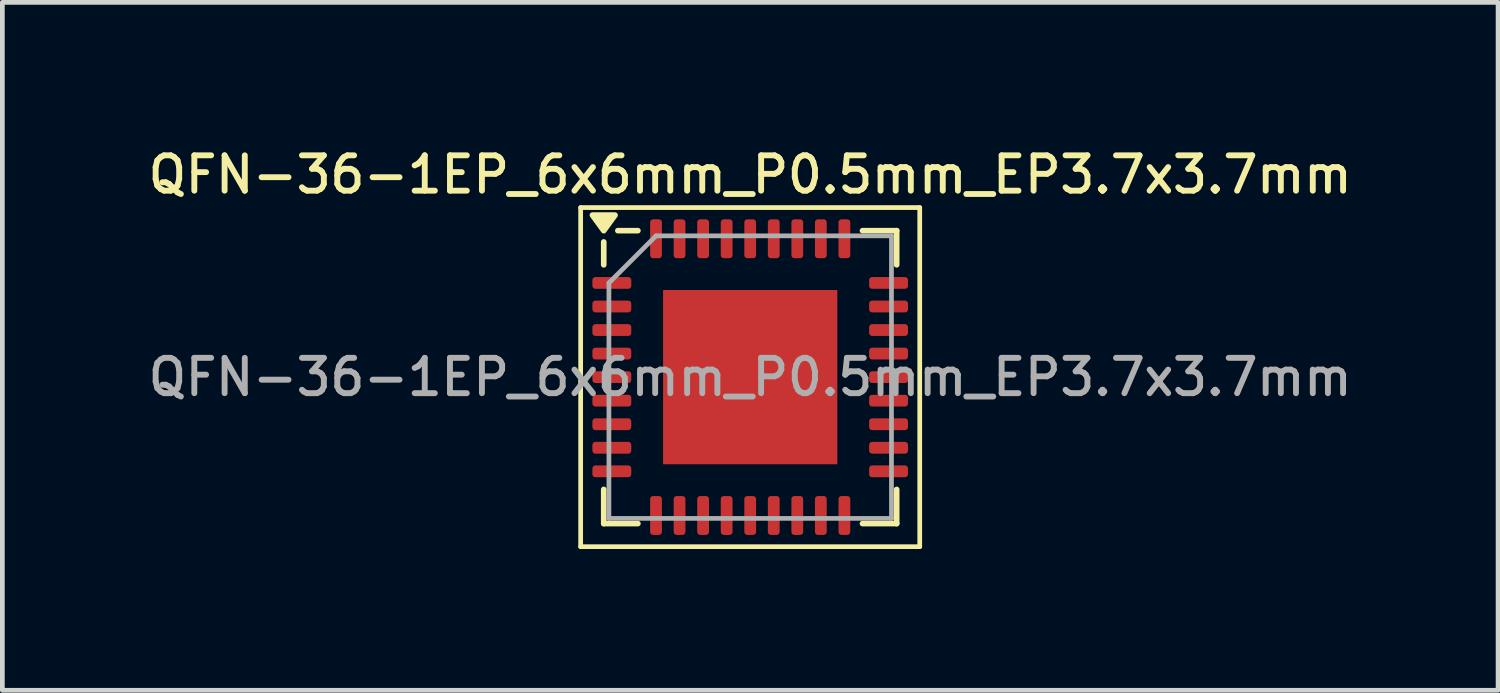
<source format=kicad_pcb>
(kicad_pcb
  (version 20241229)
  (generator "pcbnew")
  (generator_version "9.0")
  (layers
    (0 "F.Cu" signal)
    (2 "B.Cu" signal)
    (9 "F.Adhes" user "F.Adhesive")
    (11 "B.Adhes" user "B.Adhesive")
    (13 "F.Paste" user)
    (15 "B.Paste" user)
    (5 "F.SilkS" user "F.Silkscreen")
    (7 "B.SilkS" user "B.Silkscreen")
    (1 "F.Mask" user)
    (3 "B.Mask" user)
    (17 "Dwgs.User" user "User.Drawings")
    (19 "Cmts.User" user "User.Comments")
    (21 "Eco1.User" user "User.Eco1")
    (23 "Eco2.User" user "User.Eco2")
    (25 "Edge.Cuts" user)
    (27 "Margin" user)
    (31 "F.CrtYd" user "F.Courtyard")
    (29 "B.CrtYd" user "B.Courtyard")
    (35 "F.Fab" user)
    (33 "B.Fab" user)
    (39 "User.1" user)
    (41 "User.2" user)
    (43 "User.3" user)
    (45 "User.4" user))
  (footprint "QFN-36-1EP_6x6mm_P0.5mm_EP3.7x3.7mm"
    (layer "F.Cu")
    (at 12.88 4.958)
    (property "Reference" "QFN-36-1EP_6x6mm_P0.5mm_EP3.7x3.7mm" (at 0 -4.3 0) (layer "F.SilkS") (effects (font (size 0.75 0.75) (thickness 0.125))))
    (attr smd)
    (fp_line (start -3.6 -3.6) (end -3.6 3.6) (stroke (width 0.1) (type solid)) (layer "F.SilkS"))
    (fp_line (start -3.6 3.6) (end 3.6 3.6) (stroke (width 0.1) (type solid)) (layer "F.SilkS"))
    (fp_line (start -3.11 -2.385) (end -3.11 -2.87) (stroke (width 0.12) (type solid)) (layer "F.SilkS"))
    (fp_line (start -3.11 3.11) (end -3.11 2.385) (stroke (width 0.12) (type solid)) (layer "F.SilkS"))
    (fp_line (start -2.385 -3.11) (end -2.81 -3.11) (stroke (width 0.12) (type solid)) (layer "F.SilkS"))
    (fp_line (start -2.385 3.11) (end -3.11 3.11) (stroke (width 0.12) (type solid)) (layer "F.SilkS"))
    (fp_line (start 2.385 -3.11) (end 3.11 -3.11) (stroke (width 0.12) (type solid)) (layer "F.SilkS"))
    (fp_line (start 2.385 3.11) (end 3.11 3.11) (stroke (width 0.12) (type solid)) (layer "F.SilkS"))
    (fp_line (start 3.11 -3.11) (end 3.11 -2.385) (stroke (width 0.12) (type solid)) (layer "F.SilkS"))
    (fp_line (start 3.11 3.11) (end 3.11 2.385) (stroke (width 0.12) (type solid)) (layer "F.SilkS"))
    (fp_line (start 3.6 -3.6) (end -3.6 -3.6) (stroke (width 0.1) (type solid)) (layer "F.SilkS"))
    (fp_line (start 3.6 3.6) (end 3.6 -3.6) (stroke (width 0.1) (type solid)) (layer "F.SilkS"))
    (fp_poly (pts (xy -3.11 -3.11) (xy -3.35 -3.44) (xy -2.87 -3.44) (xy -3.11 -3.11)) (stroke (width 0.12) (type solid)) (fill yes) (layer "F.SilkS"))
    (fp_line (start -3 -2) (end -2 -3) (stroke (width 0.1) (type solid)) (layer "F.Fab"))
    (fp_line (start -3 3) (end -3 -2) (stroke (width 0.1) (type solid)) (layer "F.Fab"))
    (fp_line (start -2 -3) (end 3 -3) (stroke (width 0.1) (type solid)) (layer "F.Fab"))
    (fp_line (start 3 -3) (end 3 3) (stroke (width 0.1) (type solid)) (layer "F.Fab"))
    (fp_line (start 3 3) (end -3 3) (stroke (width 0.1) (type solid)) (layer "F.Fab"))
    (fp_text user "${REFERENCE}" (at 0 0 0) (layer "F.Fab") (effects (font (size 0.75 0.75) (thickness 0.125))))
    (pad "" smd roundrect (at -1.23 -1.23) (size 0.99 0.99) (layers "F.Paste") (roundrect_rratio 0.25))
    (pad "" smd roundrect (at -1.23 0) (size 0.99 0.99) (layers "F.Paste") (roundrect_rratio 0.25))
    (pad "" smd roundrect (at -1.23 1.23) (size 0.99 0.99) (layers "F.Paste") (roundrect_rratio 0.25))
    (pad "" smd roundrect (at 0 -1.23) (size 0.99 0.99) (layers "F.Paste") (roundrect_rratio 0.25))
    (pad "" smd roundrect (at 0 0) (size 0.99 0.99) (layers "F.Paste") (roundrect_rratio 0.25))
    (pad "" smd roundrect (at 0 1.23) (size 0.99 0.99) (layers "F.Paste") (roundrect_rratio 0.25))
    (pad "" smd roundrect (at 1.23 -1.23) (size 0.99 0.99) (layers "F.Paste") (roundrect_rratio 0.25))
    (pad "" smd roundrect (at 1.23 0) (size 0.99 0.99) (layers "F.Paste") (roundrect_rratio 0.25))
    (pad "" smd roundrect (at 1.23 1.23) (size 0.99 0.99) (layers "F.Paste") (roundrect_rratio 0.25))
    (pad "1" smd roundrect (at -2.938 -2) (size 0.825 0.25) (layers "F.Cu" "F.Mask" "F.Paste") (roundrect_rratio 0.25))
    (pad "2" smd roundrect (at -2.938 -1.5) (size 0.825 0.25) (layers "F.Cu" "F.Mask" "F.Paste") (roundrect_rratio 0.25))
    (pad "3" smd roundrect (at -2.938 -1) (size 0.825 0.25) (layers "F.Cu" "F.Mask" "F.Paste") (roundrect_rratio 0.25))
    (pad "4" smd roundrect (at -2.938 -0.5) (size 0.825 0.25) (layers "F.Cu" "F.Mask" "F.Paste") (roundrect_rratio 0.25))
    (pad "5" smd roundrect (at -2.938 0) (size 0.825 0.25) (layers "F.Cu" "F.Mask" "F.Paste") (roundrect_rratio 0.25))
    (pad "6" smd roundrect (at -2.938 0.5) (size 0.825 0.25) (layers "F.Cu" "F.Mask" "F.Paste") (roundrect_rratio 0.25))
    (pad "7" smd roundrect (at -2.938 1) (size 0.825 0.25) (layers "F.Cu" "F.Mask" "F.Paste") (roundrect_rratio 0.25))
    (pad "8" smd roundrect (at -2.938 1.5) (size 0.825 0.25) (layers "F.Cu" "F.Mask" "F.Paste") (roundrect_rratio 0.25))
    (pad "9" smd roundrect (at -2.938 2) (size 0.825 0.25) (layers "F.Cu" "F.Mask" "F.Paste") (roundrect_rratio 0.25))
    (pad "10" smd roundrect (at -2 2.938) (size 0.25 0.825) (layers "F.Cu" "F.Mask" "F.Paste") (roundrect_rratio 0.25))
    (pad "11" smd roundrect (at -1.5 2.938) (size 0.25 0.825) (layers "F.Cu" "F.Mask" "F.Paste") (roundrect_rratio 0.25))
    (pad "12" smd roundrect (at -1 2.938) (size 0.25 0.825) (layers "F.Cu" "F.Mask" "F.Paste") (roundrect_rratio 0.25))
    (pad "13" smd roundrect (at -0.5 2.938) (size 0.25 0.825) (layers "F.Cu" "F.Mask" "F.Paste") (roundrect_rratio 0.25))
    (pad "14" smd roundrect (at 0 2.938) (size 0.25 0.825) (layers "F.Cu" "F.Mask" "F.Paste") (roundrect_rratio 0.25))
    (pad "15" smd roundrect (at 0.5 2.938) (size 0.25 0.825) (layers "F.Cu" "F.Mask" "F.Paste") (roundrect_rratio 0.25))
    (pad "16" smd roundrect (at 1 2.938) (size 0.25 0.825) (layers "F.Cu" "F.Mask" "F.Paste") (roundrect_rratio 0.25))
    (pad "17" smd roundrect (at 1.5 2.938) (size 0.25 0.825) (layers "F.Cu" "F.Mask" "F.Paste") (roundrect_rratio 0.25))
    (pad "18" smd roundrect (at 2 2.938) (size 0.25 0.825) (layers "F.Cu" "F.Mask" "F.Paste") (roundrect_rratio 0.25))
    (pad "19" smd roundrect (at 2.938 2) (size 0.825 0.25) (layers "F.Cu" "F.Mask" "F.Paste") (roundrect_rratio 0.25))
    (pad "20" smd roundrect (at 2.938 1.5) (size 0.825 0.25) (layers "F.Cu" "F.Mask" "F.Paste") (roundrect_rratio 0.25))
    (pad "21" smd roundrect (at 2.938 1) (size 0.825 0.25) (layers "F.Cu" "F.Mask" "F.Paste") (roundrect_rratio 0.25))
    (pad "22" smd roundrect (at 2.938 0.5) (size 0.825 0.25) (layers "F.Cu" "F.Mask" "F.Paste") (roundrect_rratio 0.25))
    (pad "23" smd roundrect (at 2.938 0) (size 0.825 0.25) (layers "F.Cu" "F.Mask" "F.Paste") (roundrect_rratio 0.25))
    (pad "24" smd roundrect (at 2.938 -0.5) (size 0.825 0.25) (layers "F.Cu" "F.Mask" "F.Paste") (roundrect_rratio 0.25))
    (pad "25" smd roundrect (at 2.938 -1) (size 0.825 0.25) (layers "F.Cu" "F.Mask" "F.Paste") (roundrect_rratio 0.25))
    (pad "26" smd roundrect (at 2.938 -1.5) (size 0.825 0.25) (layers "F.Cu" "F.Mask" "F.Paste") (roundrect_rratio 0.25))
    (pad "27" smd roundrect (at 2.938 -2) (size 0.825 0.25) (layers "F.Cu" "F.Mask" "F.Paste") (roundrect_rratio 0.25))
    (pad "28" smd roundrect (at 2 -2.938) (size 0.25 0.825) (layers "F.Cu" "F.Mask" "F.Paste") (roundrect_rratio 0.25))
    (pad "29" smd roundrect (at 1.5 -2.938) (size 0.25 0.825) (layers "F.Cu" "F.Mask" "F.Paste") (roundrect_rratio 0.25))
    (pad "30" smd roundrect (at 1 -2.938) (size 0.25 0.825) (layers "F.Cu" "F.Mask" "F.Paste") (roundrect_rratio 0.25))
    (pad "31" smd roundrect (at 0.5 -2.938) (size 0.25 0.825) (layers "F.Cu" "F.Mask" "F.Paste") (roundrect_rratio 0.25))
    (pad "32" smd roundrect (at 0 -2.938) (size 0.25 0.825) (layers "F.Cu" "F.Mask" "F.Paste") (roundrect_rratio 0.25))
    (pad "33" smd roundrect (at -0.5 -2.938) (size 0.25 0.825) (layers "F.Cu" "F.Mask" "F.Paste") (roundrect_rratio 0.25))
    (pad "34" smd roundrect (at -1 -2.938) (size 0.25 0.825) (layers "F.Cu" "F.Mask" "F.Paste") (roundrect_rratio 0.25))
    (pad "35" smd roundrect (at -1.5 -2.938) (size 0.25 0.825) (layers "F.Cu" "F.Mask" "F.Paste") (roundrect_rratio 0.25))
    (pad "36" smd roundrect (at -2 -2.938) (size 0.25 0.825) (layers "F.Cu" "F.Mask" "F.Paste") (roundrect_rratio 0.25))
    (pad "37" smd rect (at 0 0) (size 3.7 3.7) (property pad_prop_heatsink) (layers "F.Cu" "F.Mask")))
  (gr_rect
    (start -3 -3)
    (end 28.761 11.608)
    (stroke (width 0.1) (type default))
    (fill no)
    (layer "Edge.Cuts")))
</source>
